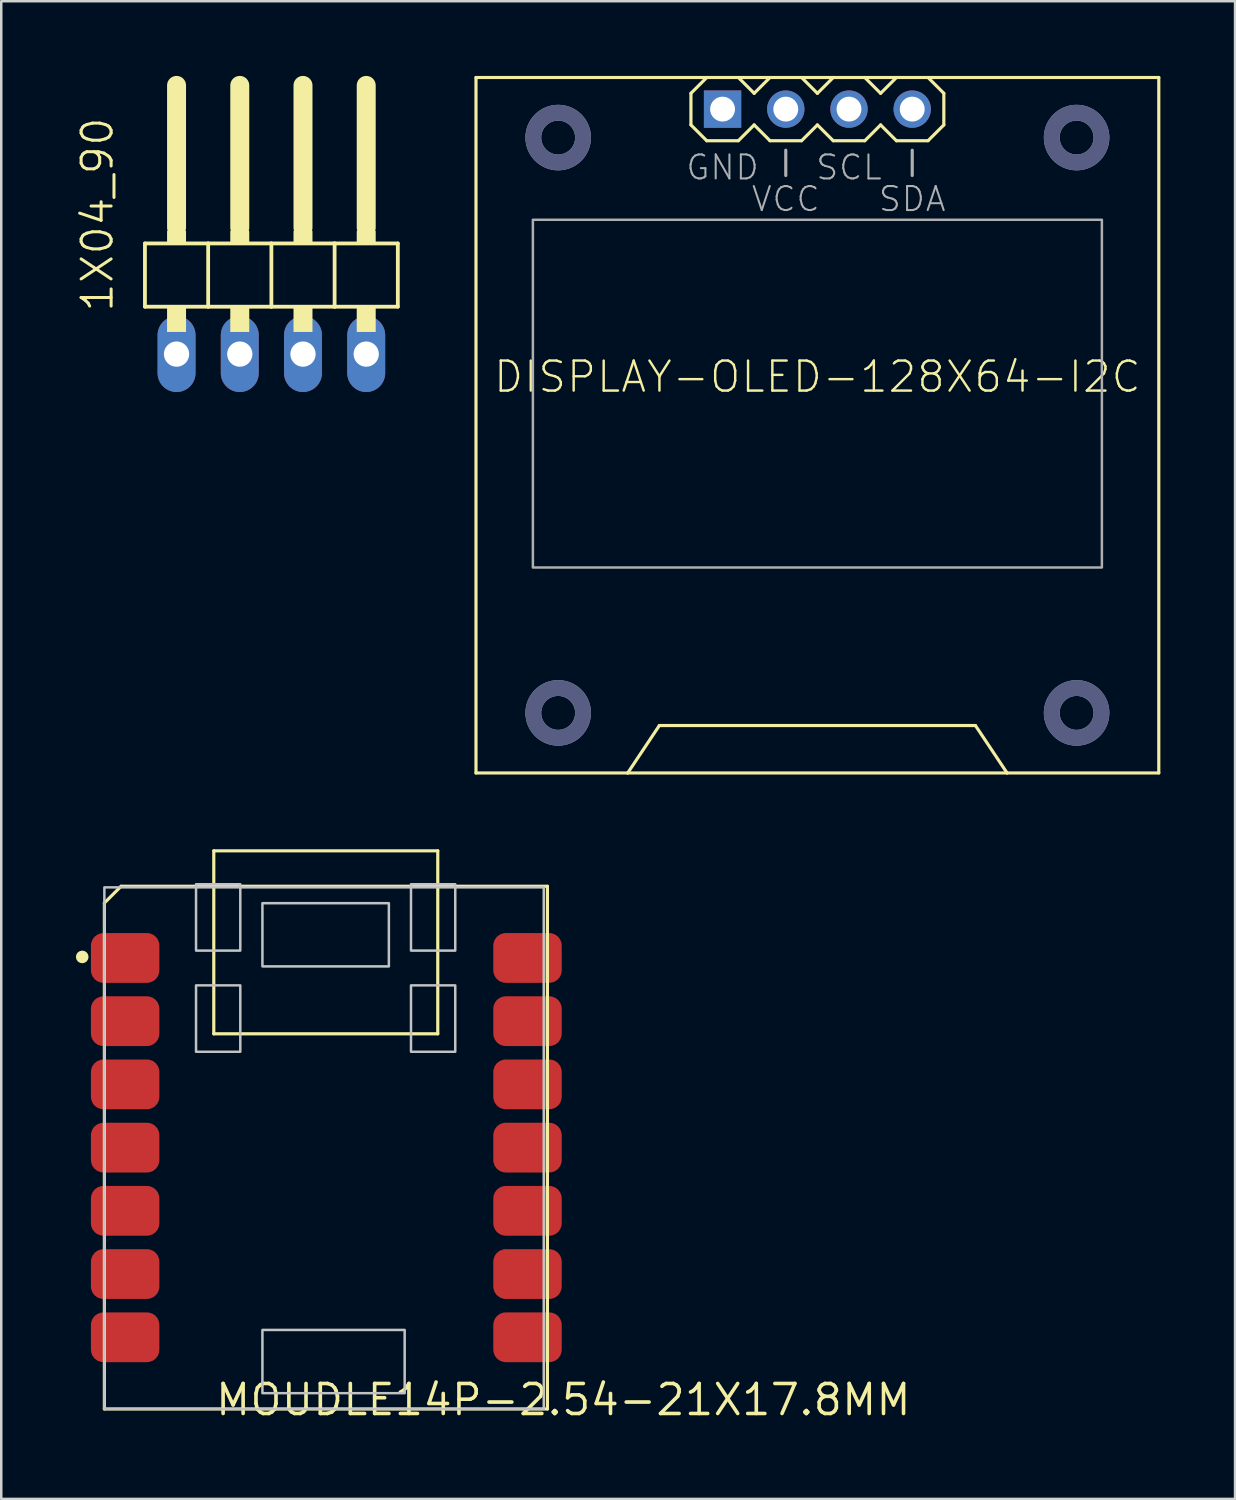
<source format=kicad_pcb>
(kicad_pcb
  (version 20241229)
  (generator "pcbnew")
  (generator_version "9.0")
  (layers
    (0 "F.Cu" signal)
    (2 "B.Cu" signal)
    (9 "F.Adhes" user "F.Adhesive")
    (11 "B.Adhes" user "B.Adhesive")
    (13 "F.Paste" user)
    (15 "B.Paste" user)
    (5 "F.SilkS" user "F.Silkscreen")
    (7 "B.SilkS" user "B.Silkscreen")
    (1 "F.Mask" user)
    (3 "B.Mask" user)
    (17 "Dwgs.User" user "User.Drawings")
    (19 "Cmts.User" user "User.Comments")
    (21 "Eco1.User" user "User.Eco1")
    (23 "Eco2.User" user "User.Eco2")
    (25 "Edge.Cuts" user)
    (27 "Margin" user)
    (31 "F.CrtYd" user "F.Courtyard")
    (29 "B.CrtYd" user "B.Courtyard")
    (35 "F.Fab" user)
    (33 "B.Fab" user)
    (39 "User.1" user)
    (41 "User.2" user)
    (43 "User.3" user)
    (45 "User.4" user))
  (footprint "DISPLAY-OLED-128X64-I2C"
    (layer "F.Cu")
    (at 29.789 12.764)
    (property "Reference" "DISPLAY-OLED-128X64-I2C" (at 0 0.03 180) (layer "F.SilkS") (effects (font (size 1.206 1.206) (thickness 0.097)) (justify bottom)))
    (attr through_hole)
    (fp_line (start -13.716 -12.7) (end 13.716 -12.7) (stroke (width 0.127) (type solid)) (layer "F.SilkS"))
    (fp_line (start -13.716 15.24) (end -13.716 -12.7) (stroke (width 0.127) (type solid)) (layer "F.SilkS"))
    (fp_line (start -7.62 15.24) (end -13.716 15.24) (stroke (width 0.127) (type solid)) (layer "F.SilkS"))
    (fp_line (start -7.62 15.24) (end -6.35 13.335) (stroke (width 0.127) (type solid)) (layer "F.SilkS"))
    (fp_line (start -6.35 13.335) (end 6.35 13.335) (stroke (width 0.127) (type solid)) (layer "F.SilkS"))
    (fp_line (start -5.08 -12.065) (end -4.445 -12.7) (stroke (width 0.127) (type solid)) (layer "F.SilkS"))
    (fp_line (start -5.08 -10.795) (end -5.08 -12.065) (stroke (width 0.127) (type solid)) (layer "F.SilkS"))
    (fp_line (start -4.445 -10.16) (end -5.08 -10.795) (stroke (width 0.127) (type solid)) (layer "F.SilkS"))
    (fp_line (start -3.175 -12.7) (end -2.54 -12.065) (stroke (width 0.127) (type solid)) (layer "F.SilkS"))
    (fp_line (start -3.175 -10.16) (end -4.445 -10.16) (stroke (width 0.127) (type solid)) (layer "F.SilkS"))
    (fp_line (start -2.54 -12.065) (end -1.905 -12.7) (stroke (width 0.127) (type solid)) (layer "F.SilkS"))
    (fp_line (start -2.54 -10.795) (end -3.175 -10.16) (stroke (width 0.127) (type solid)) (layer "F.SilkS"))
    (fp_line (start -1.905 -10.16) (end -2.54 -10.795) (stroke (width 0.127) (type solid)) (layer "F.SilkS"))
    (fp_line (start -0.635 -12.7) (end 0 -12.065) (stroke (width 0.127) (type solid)) (layer "F.SilkS"))
    (fp_line (start -0.635 -10.16) (end -1.905 -10.16) (stroke (width 0.127) (type solid)) (layer "F.SilkS"))
    (fp_line (start 0 -12.065) (end 0.635 -12.7) (stroke (width 0.127) (type solid)) (layer "F.SilkS"))
    (fp_line (start 0 -10.795) (end -0.635 -10.16) (stroke (width 0.127) (type solid)) (layer "F.SilkS"))
    (fp_line (start 0.635 -10.16) (end 0 -10.795) (stroke (width 0.127) (type solid)) (layer "F.SilkS"))
    (fp_line (start 1.905 -12.7) (end 2.54 -12.065) (stroke (width 0.127) (type solid)) (layer "F.SilkS"))
    (fp_line (start 1.905 -10.16) (end 0.635 -10.16) (stroke (width 0.127) (type solid)) (layer "F.SilkS"))
    (fp_line (start 2.54 -12.065) (end 3.175 -12.7) (stroke (width 0.127) (type solid)) (layer "F.SilkS"))
    (fp_line (start 2.54 -10.795) (end 1.905 -10.16) (stroke (width 0.127) (type solid)) (layer "F.SilkS"))
    (fp_line (start 3.175 -10.16) (end 2.54 -10.795) (stroke (width 0.127) (type solid)) (layer "F.SilkS"))
    (fp_line (start 4.445 -12.7) (end 5.08 -12.065) (stroke (width 0.127) (type solid)) (layer "F.SilkS"))
    (fp_line (start 4.445 -10.16) (end 3.175 -10.16) (stroke (width 0.127) (type solid)) (layer "F.SilkS"))
    (fp_line (start 5.08 -12.065) (end 5.08 -10.795) (stroke (width 0.127) (type solid)) (layer "F.SilkS"))
    (fp_line (start 5.08 -10.795) (end 4.445 -10.16) (stroke (width 0.127) (type solid)) (layer "F.SilkS"))
    (fp_line (start 6.35 13.335) (end 7.62 15.24) (stroke (width 0.127) (type solid)) (layer "F.SilkS"))
    (fp_line (start 7.62 15.24) (end -7.62 15.24) (stroke (width 0.127) (type solid)) (layer "F.SilkS"))
    (fp_line (start 13.716 -12.7) (end 13.716 15.24) (stroke (width 0.127) (type solid)) (layer "F.SilkS"))
    (fp_line (start 13.716 15.24) (end 7.62 15.24) (stroke (width 0.127) (type solid)) (layer "F.SilkS"))
    (fp_circle (center -10.414 -10.287) (end -9.415 -10.287) (stroke (width 0.635) (type solid)) (fill no) (layer "B.Fab"))
    (fp_circle (center -10.414 12.827) (end -9.415 12.827) (stroke (width 0.635) (type solid)) (fill no) (layer "B.Fab"))
    (fp_circle (center 10.414 -10.287) (end 11.413 -10.287) (stroke (width 0.635) (type solid)) (fill no) (layer "B.Fab"))
    (fp_circle (center 10.414 12.827) (end 11.413 12.827) (stroke (width 0.635) (type solid)) (fill no) (layer "B.Fab"))
    (fp_line (start -1.27 -8.763) (end -1.27 -9.779) (stroke (width 0.127) (type solid)) (layer "F.Fab"))
    (fp_line (start 3.81 -8.763) (end 3.81 -9.779) (stroke (width 0.127) (type solid)) (layer "F.Fab"))
    (fp_circle (center -10.414 -10.287) (end -9.415 -10.287) (stroke (width 0.635) (type solid)) (fill no) (layer "F.Fab"))
    (fp_circle (center -10.414 12.827) (end -9.415 12.827) (stroke (width 0.635) (type solid)) (fill no) (layer "F.Fab"))
    (fp_circle (center 10.414 -10.287) (end 11.413 -10.287) (stroke (width 0.635) (type solid)) (fill no) (layer "F.Fab"))
    (fp_circle (center 10.414 12.827) (end 11.413 12.827) (stroke (width 0.635) (type solid)) (fill no) (layer "F.Fab"))
    (fp_poly (pts (xy -11.43 -6.985) (xy 11.43 -6.985) (xy 11.43 6.985) (xy -11.43 6.985)) (stroke (width 0.1) (type solid)) (fill no) (layer "F.Fab"))
    (fp_text user "SDA" (at 3.81 -8.382 0) (layer "F.Fab") (effects (font (size 0.965 0.965) (thickness 0.081)) (justify top)))
    (fp_text user "VCC" (at -1.27 -8.382 0) (layer "F.Fab") (effects (font (size 0.965 0.965) (thickness 0.081)) (justify top)))
    (fp_text user "GND" (at -3.81 -9.652 0) (layer "F.Fab") (effects (font (size 0.965 0.965) (thickness 0.081)) (justify top)))
    (fp_text user "SCL" (at 1.27 -9.652 0) (layer "F.Fab") (effects (font (size 0.965 0.965) (thickness 0.081)) (justify top)))
    (pad "1" thru_hole rect (at -3.81 -11.43) (size 1.5 1.5) (drill 1) (layers "*.Cu" "*.Mask"))
    (pad "2" thru_hole circle (at -1.27 -11.43) (size 1.5 1.5) (drill 1) (layers "*.Cu" "*.Mask"))
    (pad "3" thru_hole circle (at 1.27 -11.43) (size 1.5 1.5) (drill 1) (layers "*.Cu" "*.Mask"))
    (pad "4" thru_hole circle (at 3.81 -11.43) (size 1.5 1.5) (drill 1) (layers "*.Cu" "*.Mask")))
  (footprint "MOUDLE14P-2.54-21X17.8MM"
    (layer "F.Cu")
    (at 1.143 53.556)
    (property "Reference" "MOUDLE14P-2.54-21X17.8MM" (at 4.388 0.336 180) (layer "F.SilkS") (effects (font (size 1.206 1.206) (thickness 0.145)) (justify left bottom)))
    (attr through_hole)
    (fp_line (start 0 -20.328) (end 0 0) (stroke (width 0.127) (type solid)) (layer "F.SilkS"))
    (fp_line (start 0 0) (end 17.8 0) (stroke (width 0.127) (type solid)) (layer "F.SilkS"))
    (fp_line (start 0.672 -21) (end 0 -20.328) (stroke (width 0.127) (type solid)) (layer "F.SilkS"))
    (fp_line (start 4.396 -15.072) (end 4.396 -22.425) (stroke (width 0.127) (type solid)) (layer "F.SilkS"))
    (fp_line (start 4.4 -22.424) (end 13.395 -22.424) (stroke (width 0.127) (type solid)) (layer "F.SilkS"))
    (fp_line (start 13.395 -22.424) (end 13.395 -15.072) (stroke (width 0.127) (type solid)) (layer "F.SilkS"))
    (fp_line (start 13.395 -15.072) (end 4.396 -15.072) (stroke (width 0.127) (type solid)) (layer "F.SilkS"))
    (fp_line (start 17.8 -21) (end 0.672 -21) (stroke (width 0.127) (type solid)) (layer "F.SilkS"))
    (fp_line (start 17.8 0) (end 17.8 -21) (stroke (width 0.127) (type solid)) (layer "F.SilkS"))
    (fp_circle (center -0.889 -18.161) (end -0.762 -18.161) (stroke (width 0.254) (type solid)) (fill no) (layer "F.SilkS"))
    (fp_poly (pts (xy 0 0) (xy 17.653 0) (xy 17.653 -20.955) (xy 0 -20.955)) (stroke (width 0.1) (type solid)) (fill no) (layer "Dwgs.User"))
    (fp_poly (pts (xy 3.683 -18.415) (xy 5.461 -18.415) (xy 5.461 -21.082) (xy 3.683 -21.082)) (stroke (width 0.1) (type solid)) (fill no) (layer "Dwgs.User"))
    (fp_poly (pts (xy 3.683 -14.351) (xy 5.461 -14.351) (xy 5.461 -17.018) (xy 3.683 -17.018)) (stroke (width 0.1) (type solid)) (fill no) (layer "Dwgs.User"))
    (fp_poly (pts (xy 6.35 -17.78) (xy 11.43 -17.78) (xy 11.43 -20.32) (xy 6.35 -20.32)) (stroke (width 0.1) (type solid)) (fill no) (layer "Dwgs.User"))
    (fp_poly (pts (xy 6.35 -0.635) (xy 12.065 -0.635) (xy 12.065 -3.175) (xy 6.35 -3.175)) (stroke (width 0.1) (type solid)) (fill no) (layer "Dwgs.User"))
    (fp_poly (pts (xy 12.319 -18.415) (xy 14.097 -18.415) (xy 14.097 -21.082) (xy 12.319 -21.082)) (stroke (width 0.1) (type solid)) (fill no) (layer "Dwgs.User"))
    (fp_poly (pts (xy 12.319 -14.351) (xy 14.097 -14.351) (xy 14.097 -17.018) (xy 12.319 -17.018)) (stroke (width 0.1) (type solid)) (fill no) (layer "Dwgs.User"))
    (pad "1" smd roundrect (at 0.835 -18.12) (size 2.75 2) (layers "F.Cu" "F.Mask" "F.Paste") (roundrect_rratio 0.25))
    (pad "2" smd roundrect (at 0.835 -15.58) (size 2.75 2) (layers "F.Cu" "F.Mask" "F.Paste") (roundrect_rratio 0.25))
    (pad "3" smd roundrect (at 0.835 -13.04) (size 2.75 2) (layers "F.Cu" "F.Mask" "F.Paste") (roundrect_rratio 0.25))
    (pad "4" smd roundrect (at 0.835 -10.5) (size 2.75 2) (layers "F.Cu" "F.Mask" "F.Paste") (roundrect_rratio 0.25))
    (pad "5" smd roundrect (at 0.835 -7.96) (size 2.75 2) (layers "F.Cu" "F.Mask" "F.Paste") (roundrect_rratio 0.25))
    (pad "6" smd roundrect (at 0.835 -5.42) (size 2.75 2) (layers "F.Cu" "F.Mask" "F.Paste") (roundrect_rratio 0.25))
    (pad "7" smd roundrect (at 0.835 -2.88) (size 2.75 2) (layers "F.Cu" "F.Mask" "F.Paste") (roundrect_rratio 0.25))
    (pad "8" smd roundrect (at 17 -2.88) (size 2.75 2) (layers "F.Cu" "F.Mask" "F.Paste") (roundrect_rratio 0.25))
    (pad "9" smd roundrect (at 17 -5.42) (size 2.75 2) (layers "F.Cu" "F.Mask" "F.Paste") (roundrect_rratio 0.25))
    (pad "10" smd roundrect (at 17 -7.96) (size 2.75 2) (layers "F.Cu" "F.Mask" "F.Paste") (roundrect_rratio 0.25))
    (pad "11" smd roundrect (at 17 -10.5) (size 2.75 2) (layers "F.Cu" "F.Mask" "F.Paste") (roundrect_rratio 0.25))
    (pad "12" smd roundrect (at 17 -13.04) (size 2.75 2) (layers "F.Cu" "F.Mask" "F.Paste") (roundrect_rratio 0.25))
    (pad "13" smd roundrect (at 17 -15.58) (size 2.75 2) (layers "F.Cu" "F.Mask" "F.Paste") (roundrect_rratio 0.25))
    (pad "14" smd roundrect (at 17 -18.12) (size 2.75 2) (layers "F.Cu" "F.Mask" "F.Paste") (roundrect_rratio 0.25)))
  (footprint "1X04_90"
    (layer "F.Cu")
    (at 7.853 7.366)
    (property "Reference" "1X04_90" (at -6.285 2.19 90) (layer "F.SilkS") (effects (font (size 1.206 1.206) (thickness 0.121)) (justify left bottom)))
    (attr through_hole)
    (fp_line (start -5.08 -0.635) (end -5.08 1.905) (stroke (width 0.152) (type solid)) (layer "F.SilkS"))
    (fp_line (start -5.08 1.905) (end -2.54 1.905) (stroke (width 0.152) (type solid)) (layer "F.SilkS"))
    (fp_line (start -3.81 -6.985) (end -3.81 -1.27) (stroke (width 0.762) (type solid)) (layer "F.SilkS"))
    (fp_line (start -2.54 -0.635) (end -5.08 -0.635) (stroke (width 0.152) (type solid)) (layer "F.SilkS"))
    (fp_line (start -2.54 1.905) (end -2.54 -0.635) (stroke (width 0.152) (type solid)) (layer "F.SilkS"))
    (fp_line (start -2.54 1.905) (end 0 1.905) (stroke (width 0.152) (type solid)) (layer "F.SilkS"))
    (fp_line (start -1.27 -6.985) (end -1.27 -1.27) (stroke (width 0.762) (type solid)) (layer "F.SilkS"))
    (fp_line (start 0 -0.635) (end -2.54 -0.635) (stroke (width 0.152) (type solid)) (layer "F.SilkS"))
    (fp_line (start 0 1.905) (end 0 -0.635) (stroke (width 0.152) (type solid)) (layer "F.SilkS"))
    (fp_line (start 0 1.905) (end 2.54 1.905) (stroke (width 0.152) (type solid)) (layer "F.SilkS"))
    (fp_line (start 1.27 -6.985) (end 1.27 -1.27) (stroke (width 0.762) (type solid)) (layer "F.SilkS"))
    (fp_line (start 2.54 -0.635) (end 0 -0.635) (stroke (width 0.152) (type solid)) (layer "F.SilkS"))
    (fp_line (start 2.54 1.905) (end 2.54 -0.635) (stroke (width 0.152) (type solid)) (layer "F.SilkS"))
    (fp_line (start 2.54 1.905) (end 5.08 1.905) (stroke (width 0.152) (type solid)) (layer "F.SilkS"))
    (fp_line (start 3.81 -6.985) (end 3.81 -1.27) (stroke (width 0.762) (type solid)) (layer "F.SilkS"))
    (fp_line (start 5.08 -0.635) (end 2.54 -0.635) (stroke (width 0.152) (type solid)) (layer "F.SilkS"))
    (fp_line (start 5.08 1.905) (end 5.08 -0.635) (stroke (width 0.152) (type solid)) (layer "F.SilkS"))
    (fp_poly (pts (xy -4.191 -0.635) (xy -3.429 -0.635) (xy -3.429 -1.143) (xy -4.191 -1.143)) (stroke (width 0) (type solid)) (fill yes) (layer "F.SilkS"))
    (fp_poly (pts (xy -4.191 2.921) (xy -3.429 2.921) (xy -3.429 1.905) (xy -4.191 1.905)) (stroke (width 0) (type solid)) (fill yes) (layer "F.SilkS"))
    (fp_poly (pts (xy -1.651 -0.635) (xy -0.889 -0.635) (xy -0.889 -1.143) (xy -1.651 -1.143)) (stroke (width 0) (type solid)) (fill yes) (layer "F.SilkS"))
    (fp_poly (pts (xy -1.651 2.921) (xy -0.889 2.921) (xy -0.889 1.905) (xy -1.651 1.905)) (stroke (width 0) (type solid)) (fill yes) (layer "F.SilkS"))
    (fp_poly (pts (xy 0.889 -0.635) (xy 1.651 -0.635) (xy 1.651 -1.143) (xy 0.889 -1.143)) (stroke (width 0) (type solid)) (fill yes) (layer "F.SilkS"))
    (fp_poly (pts (xy 0.889 2.921) (xy 1.651 2.921) (xy 1.651 1.905) (xy 0.889 1.905)) (stroke (width 0) (type solid)) (fill yes) (layer "F.SilkS"))
    (fp_poly (pts (xy 3.429 -0.635) (xy 4.191 -0.635) (xy 4.191 -1.143) (xy 3.429 -1.143)) (stroke (width 0) (type solid)) (fill yes) (layer "F.SilkS"))
    (fp_poly (pts (xy 3.429 2.921) (xy 4.191 2.921) (xy 4.191 1.905) (xy 3.429 1.905)) (stroke (width 0) (type solid)) (fill yes) (layer "F.SilkS"))
    (pad "1" thru_hole oval (at -3.81 3.81 90) (size 3.048 1.524) (drill 1.016) (layers "*.Cu" "*.Mask"))
    (pad "2" thru_hole oval (at -1.27 3.81 90) (size 3.048 1.524) (drill 1.016) (layers "*.Cu" "*.Mask"))
    (pad "3" thru_hole oval (at 1.27 3.81 90) (size 3.048 1.524) (drill 1.016) (layers "*.Cu" "*.Mask"))
    (pad "4" thru_hole oval (at 3.81 3.81 90) (size 3.048 1.524) (drill 1.016) (layers "*.Cu" "*.Mask")))
  (gr_rect
    (start -3 -3)
    (end 46.569 57.17)
    (stroke (width 0.1) (type default))
    (fill no)
    (layer "Edge.Cuts")))
</source>
